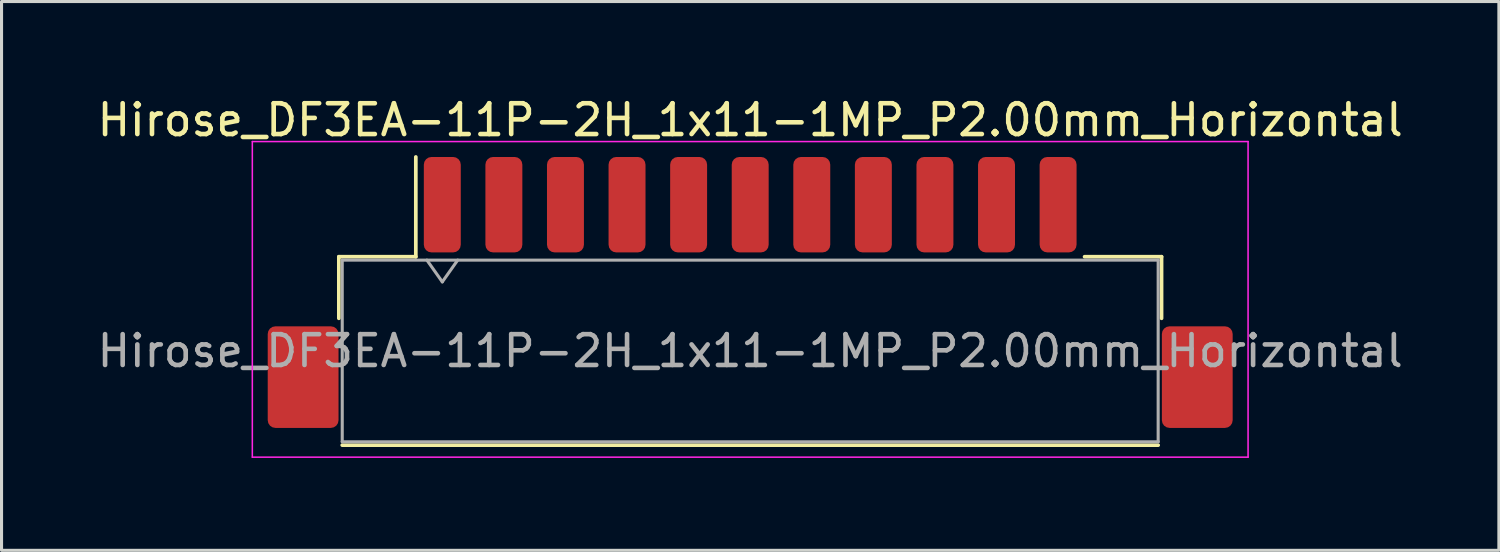
<source format=kicad_pcb>
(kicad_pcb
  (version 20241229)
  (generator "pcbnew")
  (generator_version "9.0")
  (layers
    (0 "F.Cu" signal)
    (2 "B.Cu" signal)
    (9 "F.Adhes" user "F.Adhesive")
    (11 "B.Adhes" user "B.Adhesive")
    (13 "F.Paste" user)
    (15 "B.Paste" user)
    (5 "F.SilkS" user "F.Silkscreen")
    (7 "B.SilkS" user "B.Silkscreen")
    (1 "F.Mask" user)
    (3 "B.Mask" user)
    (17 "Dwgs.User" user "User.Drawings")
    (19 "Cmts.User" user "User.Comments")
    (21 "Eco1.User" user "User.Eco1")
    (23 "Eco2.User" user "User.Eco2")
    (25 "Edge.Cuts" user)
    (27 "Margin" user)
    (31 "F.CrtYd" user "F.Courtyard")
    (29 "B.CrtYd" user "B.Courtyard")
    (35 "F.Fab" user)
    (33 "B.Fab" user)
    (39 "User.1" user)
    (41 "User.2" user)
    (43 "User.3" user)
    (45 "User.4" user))
  (footprint "Hirose_DF3EA-11P-2H_1x11-1MP_P2.00mm_Horizontal"
    (layer "F.Cu")
    (at 21.315 6.448)
    (property "Reference" "Hirose_DF3EA-11P-2H_1x11-1MP_P2.00mm_Horizontal" (at 0 -5.6 0) (layer "F.SilkS") (effects (font (size 1 1) (thickness 0.15))))
    (attr smd)
    (fp_line (start -13.36 -1.16) (end -10.86 -1.16) (stroke (width 0.12) (type solid)) (layer "F.SilkS"))
    (fp_line (start -13.36 0.84) (end -13.36 -1.16) (stroke (width 0.12) (type solid)) (layer "F.SilkS"))
    (fp_line (start -13.25 4.96) (end 13.25 4.96) (stroke (width 0.12) (type solid)) (layer "F.SilkS"))
    (fp_line (start -10.86 -1.16) (end -10.86 -4.4) (stroke (width 0.12) (type solid)) (layer "F.SilkS"))
    (fp_line (start 13.36 -1.16) (end 10.86 -1.16) (stroke (width 0.12) (type solid)) (layer "F.SilkS"))
    (fp_line (start 13.36 0.84) (end 13.36 -1.16) (stroke (width 0.12) (type solid)) (layer "F.SilkS"))
    (fp_line (start -16.17 -4.9) (end -16.17 5.35) (stroke (width 0.05) (type solid)) (layer "F.CrtYd"))
    (fp_line (start -16.17 5.35) (end 16.17 5.35) (stroke (width 0.05) (type solid)) (layer "F.CrtYd"))
    (fp_line (start 16.17 -4.9) (end -16.17 -4.9) (stroke (width 0.05) (type solid)) (layer "F.CrtYd"))
    (fp_line (start 16.17 5.35) (end 16.17 -4.9) (stroke (width 0.05) (type solid)) (layer "F.CrtYd"))
    (fp_line (start -13.25 -1.05) (end -13.25 4.85) (stroke (width 0.1) (type solid)) (layer "F.Fab"))
    (fp_line (start -13.25 -1.05) (end 13.25 -1.05) (stroke (width 0.1) (type solid)) (layer "F.Fab"))
    (fp_line (start -13.25 4.85) (end 13.25 4.85) (stroke (width 0.1) (type solid)) (layer "F.Fab"))
    (fp_line (start -10.5 -1.05) (end -10 -0.343) (stroke (width 0.1) (type solid)) (layer "F.Fab"))
    (fp_line (start -10 -0.343) (end -9.5 -1.05) (stroke (width 0.1) (type solid)) (layer "F.Fab"))
    (fp_line (start 13.25 -1.05) (end 13.25 4.85) (stroke (width 0.1) (type solid)) (layer "F.Fab"))
    (fp_text user "${REFERENCE}" (at 0 1.9 0) (layer "F.Fab") (effects (font (size 1 1) (thickness 0.15))))
    (pad "1" smd roundrect (at -10 -2.85) (size 1.2 3.1) (layers "F.Cu" "F.Mask" "F.Paste") (roundrect_rratio 0.208))
    (pad "2" smd roundrect (at -8 -2.85) (size 1.2 3.1) (layers "F.Cu" "F.Mask" "F.Paste") (roundrect_rratio 0.208))
    (pad "3" smd roundrect (at -6 -2.85) (size 1.2 3.1) (layers "F.Cu" "F.Mask" "F.Paste") (roundrect_rratio 0.208))
    (pad "4" smd roundrect (at -4 -2.85) (size 1.2 3.1) (layers "F.Cu" "F.Mask" "F.Paste") (roundrect_rratio 0.208))
    (pad "5" smd roundrect (at -2 -2.85) (size 1.2 3.1) (layers "F.Cu" "F.Mask" "F.Paste") (roundrect_rratio 0.208))
    (pad "6" smd roundrect (at 0 -2.85) (size 1.2 3.1) (layers "F.Cu" "F.Mask" "F.Paste") (roundrect_rratio 0.208))
    (pad "7" smd roundrect (at 2 -2.85) (size 1.2 3.1) (layers "F.Cu" "F.Mask" "F.Paste") (roundrect_rratio 0.208))
    (pad "8" smd roundrect (at 4 -2.85) (size 1.2 3.1) (layers "F.Cu" "F.Mask" "F.Paste") (roundrect_rratio 0.208))
    (pad "9" smd roundrect (at 6 -2.85) (size 1.2 3.1) (layers "F.Cu" "F.Mask" "F.Paste") (roundrect_rratio 0.208))
    (pad "10" smd roundrect (at 8 -2.85) (size 1.2 3.1) (layers "F.Cu" "F.Mask" "F.Paste") (roundrect_rratio 0.208))
    (pad "11" smd roundrect (at 10 -2.85) (size 1.2 3.1) (layers "F.Cu" "F.Mask" "F.Paste") (roundrect_rratio 0.208))
    (pad "MP" smd roundrect (at -14.52 2.75) (size 2.3 3.3) (layers "F.Cu" "F.Mask" "F.Paste") (roundrect_rratio 0.109))
    (pad "MP" smd roundrect (at 14.52 2.75) (size 2.3 3.3) (layers "F.Cu" "F.Mask" "F.Paste") (roundrect_rratio 0.109)))
  (gr_rect
    (start -3 -3)
    (end 45.631 14.823)
    (stroke (width 0.1) (type default))
    (fill no)
    (layer "Edge.Cuts")))
</source>
